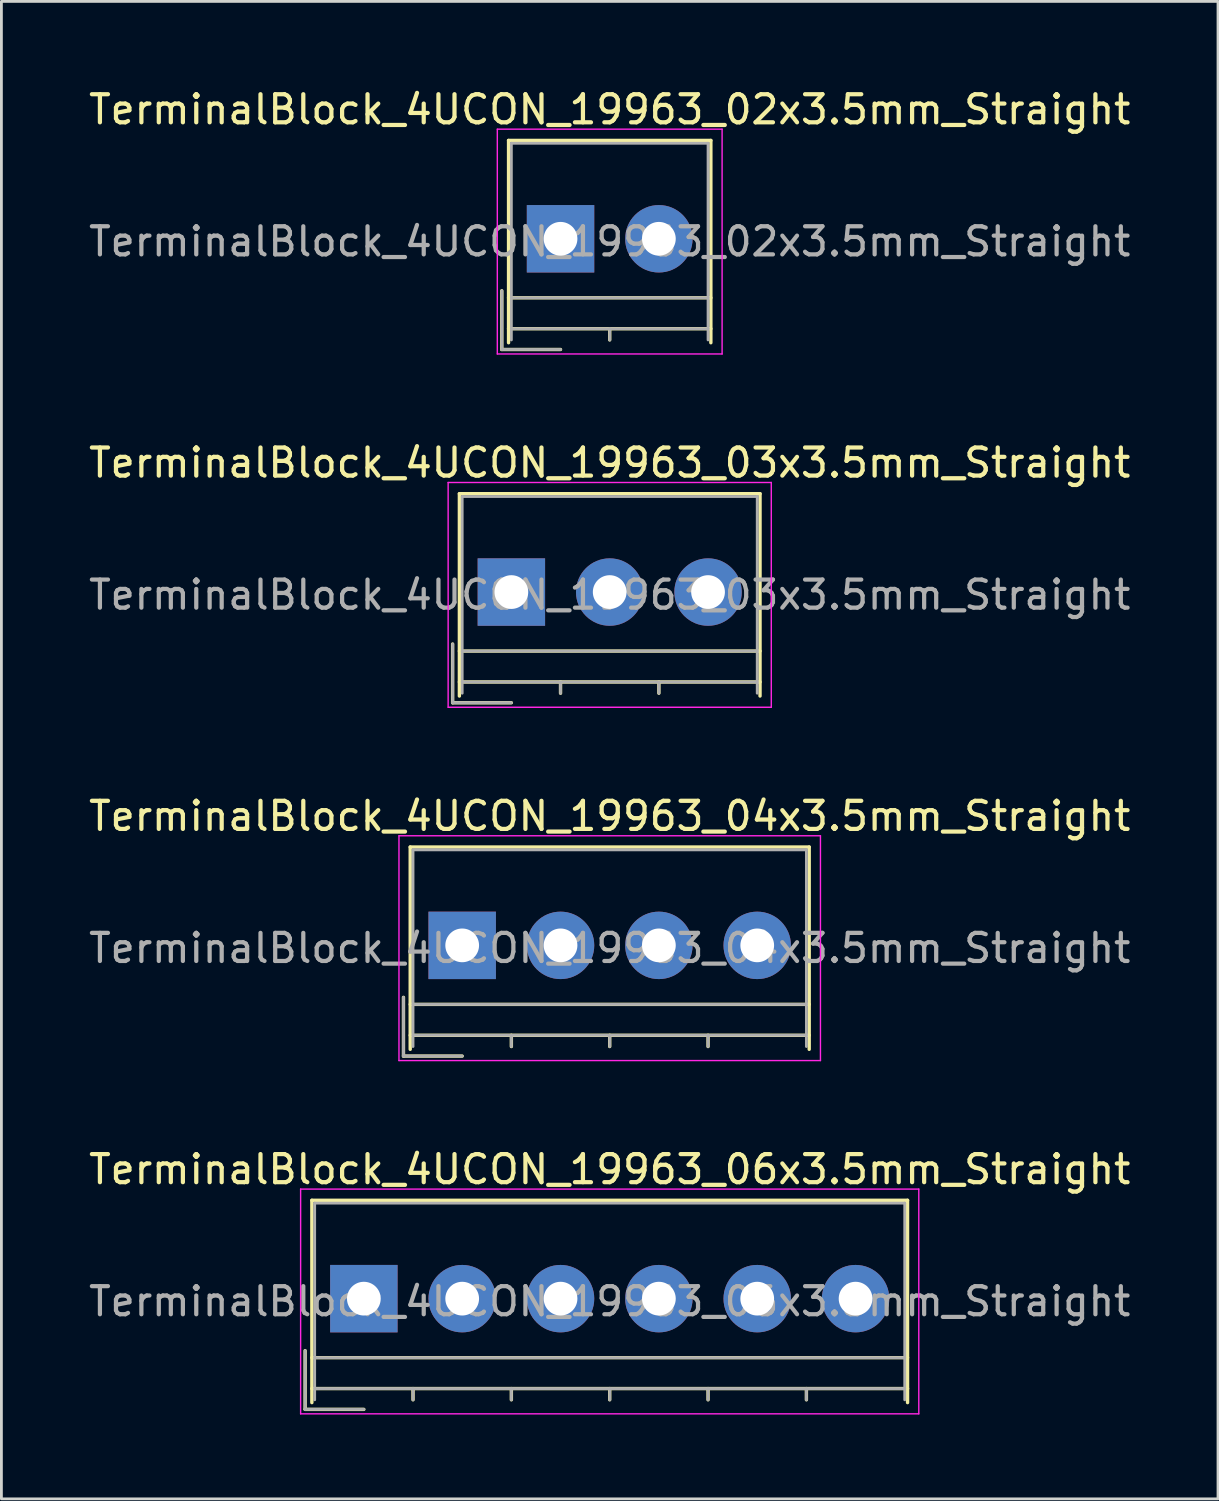
<source format=kicad_pcb>
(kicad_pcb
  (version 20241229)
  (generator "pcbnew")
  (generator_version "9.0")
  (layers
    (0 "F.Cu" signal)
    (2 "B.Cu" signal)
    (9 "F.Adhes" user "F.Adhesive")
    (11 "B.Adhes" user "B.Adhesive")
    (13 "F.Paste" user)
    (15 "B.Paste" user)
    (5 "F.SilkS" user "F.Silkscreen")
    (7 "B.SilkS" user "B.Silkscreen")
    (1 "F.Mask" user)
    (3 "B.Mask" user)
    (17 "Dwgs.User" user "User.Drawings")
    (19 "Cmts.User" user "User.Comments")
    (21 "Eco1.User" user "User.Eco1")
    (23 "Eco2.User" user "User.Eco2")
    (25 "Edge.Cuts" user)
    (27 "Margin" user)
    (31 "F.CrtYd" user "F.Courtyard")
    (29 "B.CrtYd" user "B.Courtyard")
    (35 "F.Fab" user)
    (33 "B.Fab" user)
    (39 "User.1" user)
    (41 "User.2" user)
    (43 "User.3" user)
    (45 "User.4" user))
  (footprint "TerminalBlock_4UCON_19963_03x3.5mm_Straight"
    (layer "F.Cu")
    (at 15.149 18.021)
    (property "Reference" "TerminalBlock_4UCON_19963_03x3.5mm_Straight" (at 3.5 -4.6 0) (layer "F.SilkS") (effects (font (size 1 1) (thickness 0.15))))
    (attr through_hole)
    (fp_line (start -2.09 1.85) (end -2.09 3.94) (stroke (width 0.12) (type solid)) (layer "F.SilkS"))
    (fp_line (start -2.09 3.94) (end 0 3.94) (stroke (width 0.12) (type solid)) (layer "F.SilkS"))
    (fp_line (start -1.85 -3.5) (end 8.85 -3.5) (stroke (width 0.12) (type solid)) (layer "F.SilkS"))
    (fp_line (start -1.85 2.1) (end 8.85 2.1) (stroke (width 0.12) (type solid)) (layer "F.SilkS"))
    (fp_line (start -1.85 3.2) (end 8.85 3.2) (stroke (width 0.12) (type solid)) (layer "F.SilkS"))
    (fp_line (start -1.85 3.7) (end -1.85 -3.5) (stroke (width 0.12) (type solid)) (layer "F.SilkS"))
    (fp_line (start 1.75 3.2) (end 1.75 3.6) (stroke (width 0.12) (type solid)) (layer "F.SilkS"))
    (fp_line (start 5.25 3.2) (end 5.25 3.6) (stroke (width 0.12) (type solid)) (layer "F.SilkS"))
    (fp_line (start 8.85 -3.5) (end 8.85 3.7) (stroke (width 0.12) (type solid)) (layer "F.SilkS"))
    (fp_line (start -2.25 -3.9) (end -2.25 4.1) (stroke (width 0.05) (type solid)) (layer "F.CrtYd"))
    (fp_line (start -2.25 4.1) (end 9.25 4.1) (stroke (width 0.05) (type solid)) (layer "F.CrtYd"))
    (fp_line (start 9.25 -3.9) (end -2.25 -3.9) (stroke (width 0.05) (type solid)) (layer "F.CrtYd"))
    (fp_line (start 9.25 4.1) (end 9.25 -3.9) (stroke (width 0.05) (type solid)) (layer "F.CrtYd"))
    (fp_line (start -2.09 1.85) (end -2.09 3.94) (stroke (width 0.1) (type solid)) (layer "F.Fab"))
    (fp_line (start -2.09 3.94) (end 0 3.94) (stroke (width 0.1) (type solid)) (layer "F.Fab"))
    (fp_line (start -1.75 -3.4) (end 8.75 -3.4) (stroke (width 0.1) (type solid)) (layer "F.Fab"))
    (fp_line (start -1.75 2.1) (end 8.75 2.1) (stroke (width 0.1) (type solid)) (layer "F.Fab"))
    (fp_line (start -1.75 3.2) (end 8.75 3.2) (stroke (width 0.1) (type solid)) (layer "F.Fab"))
    (fp_line (start -1.75 3.6) (end -1.75 -3.4) (stroke (width 0.1) (type solid)) (layer "F.Fab"))
    (fp_line (start 1.75 3.2) (end 1.75 3.6) (stroke (width 0.1) (type solid)) (layer "F.Fab"))
    (fp_line (start 5.25 3.2) (end 5.25 3.6) (stroke (width 0.1) (type solid)) (layer "F.Fab"))
    (fp_line (start 8.75 -3.4) (end 8.75 3.6) (stroke (width 0.1) (type solid)) (layer "F.Fab"))
    (fp_text user "${REFERENCE}" (at 3.5 0.1 0) (layer "F.Fab") (effects (font (size 1 1) (thickness 0.15))))
    (pad "1" thru_hole rect (at 0 0) (size 2.4 2.4) (drill 1.2) (layers "*.Cu" "*.Mask"))
    (pad "2" thru_hole circle (at 3.5 0) (size 2.4 2.4) (drill 1.2) (layers "*.Cu" "*.Mask"))
    (pad "3" thru_hole circle (at 7 0) (size 2.4 2.4) (drill 1.2) (layers "*.Cu" "*.Mask")))
  (footprint "TerminalBlock_4UCON_19963_02x3.5mm_Straight"
    (layer "F.Cu")
    (at 16.899 5.448)
    (property "Reference" "TerminalBlock_4UCON_19963_02x3.5mm_Straight" (at 1.75 -4.6 0) (layer "F.SilkS") (effects (font (size 1 1) (thickness 0.15))))
    (attr through_hole)
    (fp_line (start -2.09 1.85) (end -2.09 3.94) (stroke (width 0.12) (type solid)) (layer "F.SilkS"))
    (fp_line (start -2.09 3.94) (end 0 3.94) (stroke (width 0.12) (type solid)) (layer "F.SilkS"))
    (fp_line (start -1.85 -3.5) (end 5.35 -3.5) (stroke (width 0.12) (type solid)) (layer "F.SilkS"))
    (fp_line (start -1.85 2.1) (end 5.35 2.1) (stroke (width 0.12) (type solid)) (layer "F.SilkS"))
    (fp_line (start -1.85 3.2) (end 5.35 3.2) (stroke (width 0.12) (type solid)) (layer "F.SilkS"))
    (fp_line (start -1.85 3.7) (end -1.85 -3.5) (stroke (width 0.12) (type solid)) (layer "F.SilkS"))
    (fp_line (start 1.75 3.2) (end 1.75 3.6) (stroke (width 0.12) (type solid)) (layer "F.SilkS"))
    (fp_line (start 5.35 -3.5) (end 5.35 3.7) (stroke (width 0.12) (type solid)) (layer "F.SilkS"))
    (fp_line (start -2.25 -3.9) (end -2.25 4.1) (stroke (width 0.05) (type solid)) (layer "F.CrtYd"))
    (fp_line (start -2.25 4.1) (end 5.75 4.1) (stroke (width 0.05) (type solid)) (layer "F.CrtYd"))
    (fp_line (start 5.75 -3.9) (end -2.25 -3.9) (stroke (width 0.05) (type solid)) (layer "F.CrtYd"))
    (fp_line (start 5.75 4.1) (end 5.75 -3.9) (stroke (width 0.05) (type solid)) (layer "F.CrtYd"))
    (fp_line (start -2.09 1.85) (end -2.09 3.94) (stroke (width 0.1) (type solid)) (layer "F.Fab"))
    (fp_line (start -2.09 3.94) (end 0 3.94) (stroke (width 0.1) (type solid)) (layer "F.Fab"))
    (fp_line (start -1.75 -3.4) (end 5.25 -3.4) (stroke (width 0.1) (type solid)) (layer "F.Fab"))
    (fp_line (start -1.75 2.1) (end 5.25 2.1) (stroke (width 0.1) (type solid)) (layer "F.Fab"))
    (fp_line (start -1.75 3.2) (end 5.25 3.2) (stroke (width 0.1) (type solid)) (layer "F.Fab"))
    (fp_line (start -1.75 3.6) (end -1.75 -3.4) (stroke (width 0.1) (type solid)) (layer "F.Fab"))
    (fp_line (start 1.75 3.2) (end 1.75 3.6) (stroke (width 0.1) (type solid)) (layer "F.Fab"))
    (fp_line (start 5.25 -3.4) (end 5.25 3.6) (stroke (width 0.1) (type solid)) (layer "F.Fab"))
    (fp_text user "${REFERENCE}" (at 1.75 0.1 0) (layer "F.Fab") (effects (font (size 1 1) (thickness 0.15))))
    (pad "1" thru_hole rect (at 0 0) (size 2.4 2.4) (drill 1.2) (layers "*.Cu" "*.Mask"))
    (pad "2" thru_hole circle (at 3.5 0) (size 2.4 2.4) (drill 1.2) (layers "*.Cu" "*.Mask")))
  (footprint "TerminalBlock_4UCON_19963_06x3.5mm_Straight"
    (layer "F.Cu")
    (at 9.899 43.168)
    (property "Reference" "TerminalBlock_4UCON_19963_06x3.5mm_Straight" (at 8.75 -4.6 0) (layer "F.SilkS") (effects (font (size 1 1) (thickness 0.15))))
    (attr through_hole)
    (fp_line (start -2.09 1.85) (end -2.09 3.94) (stroke (width 0.12) (type solid)) (layer "F.SilkS"))
    (fp_line (start -2.09 3.94) (end 0 3.94) (stroke (width 0.12) (type solid)) (layer "F.SilkS"))
    (fp_line (start -1.85 -3.5) (end 19.35 -3.5) (stroke (width 0.12) (type solid)) (layer "F.SilkS"))
    (fp_line (start -1.85 2.1) (end 19.35 2.1) (stroke (width 0.12) (type solid)) (layer "F.SilkS"))
    (fp_line (start -1.85 3.2) (end 19.35 3.2) (stroke (width 0.12) (type solid)) (layer "F.SilkS"))
    (fp_line (start -1.85 3.7) (end -1.85 -3.5) (stroke (width 0.12) (type solid)) (layer "F.SilkS"))
    (fp_line (start 1.75 3.2) (end 1.75 3.6) (stroke (width 0.12) (type solid)) (layer "F.SilkS"))
    (fp_line (start 5.25 3.2) (end 5.25 3.6) (stroke (width 0.12) (type solid)) (layer "F.SilkS"))
    (fp_line (start 8.75 3.2) (end 8.75 3.6) (stroke (width 0.12) (type solid)) (layer "F.SilkS"))
    (fp_line (start 12.25 3.2) (end 12.25 3.6) (stroke (width 0.12) (type solid)) (layer "F.SilkS"))
    (fp_line (start 15.75 3.2) (end 15.75 3.6) (stroke (width 0.12) (type solid)) (layer "F.SilkS"))
    (fp_line (start 19.35 -3.5) (end 19.35 3.7) (stroke (width 0.12) (type solid)) (layer "F.SilkS"))
    (fp_line (start -2.25 -3.9) (end -2.25 4.1) (stroke (width 0.05) (type solid)) (layer "F.CrtYd"))
    (fp_line (start -2.25 4.1) (end 19.75 4.1) (stroke (width 0.05) (type solid)) (layer "F.CrtYd"))
    (fp_line (start 19.75 -3.9) (end -2.25 -3.9) (stroke (width 0.05) (type solid)) (layer "F.CrtYd"))
    (fp_line (start 19.75 4.1) (end 19.75 -3.9) (stroke (width 0.05) (type solid)) (layer "F.CrtYd"))
    (fp_line (start -2.09 1.85) (end -2.09 3.94) (stroke (width 0.1) (type solid)) (layer "F.Fab"))
    (fp_line (start -2.09 3.94) (end 0 3.94) (stroke (width 0.1) (type solid)) (layer "F.Fab"))
    (fp_line (start -1.75 -3.4) (end 19.25 -3.4) (stroke (width 0.1) (type solid)) (layer "F.Fab"))
    (fp_line (start -1.75 2.1) (end 19.25 2.1) (stroke (width 0.1) (type solid)) (layer "F.Fab"))
    (fp_line (start -1.75 3.2) (end 19.25 3.2) (stroke (width 0.1) (type solid)) (layer "F.Fab"))
    (fp_line (start -1.75 3.6) (end -1.75 -3.4) (stroke (width 0.1) (type solid)) (layer "F.Fab"))
    (fp_line (start 1.75 3.2) (end 1.75 3.6) (stroke (width 0.1) (type solid)) (layer "F.Fab"))
    (fp_line (start 5.25 3.2) (end 5.25 3.6) (stroke (width 0.1) (type solid)) (layer "F.Fab"))
    (fp_line (start 8.75 3.2) (end 8.75 3.6) (stroke (width 0.1) (type solid)) (layer "F.Fab"))
    (fp_line (start 12.25 3.2) (end 12.25 3.6) (stroke (width 0.1) (type solid)) (layer "F.Fab"))
    (fp_line (start 15.75 3.2) (end 15.75 3.6) (stroke (width 0.1) (type solid)) (layer "F.Fab"))
    (fp_line (start 19.25 -3.4) (end 19.25 3.6) (stroke (width 0.1) (type solid)) (layer "F.Fab"))
    (fp_text user "${REFERENCE}" (at 8.75 0.1 0) (layer "F.Fab") (effects (font (size 1 1) (thickness 0.15))))
    (pad "1" thru_hole rect (at 0 0) (size 2.4 2.4) (drill 1.2) (layers "*.Cu" "*.Mask"))
    (pad "2" thru_hole circle (at 3.5 0) (size 2.4 2.4) (drill 1.2) (layers "*.Cu" "*.Mask"))
    (pad "3" thru_hole circle (at 7 0) (size 2.4 2.4) (drill 1.2) (layers "*.Cu" "*.Mask"))
    (pad "4" thru_hole circle (at 10.5 0) (size 2.4 2.4) (drill 1.2) (layers "*.Cu" "*.Mask"))
    (pad "5" thru_hole circle (at 14 0) (size 2.4 2.4) (drill 1.2) (layers "*.Cu" "*.Mask"))
    (pad "6" thru_hole circle (at 17.5 0) (size 2.4 2.4) (drill 1.2) (layers "*.Cu" "*.Mask")))
  (footprint "TerminalBlock_4UCON_19963_04x3.5mm_Straight"
    (layer "F.Cu")
    (at 13.399 30.595)
    (property "Reference" "TerminalBlock_4UCON_19963_04x3.5mm_Straight" (at 5.25 -4.6 0) (layer "F.SilkS") (effects (font (size 1 1) (thickness 0.15))))
    (attr through_hole)
    (fp_line (start -2.09 1.85) (end -2.09 3.94) (stroke (width 0.12) (type solid)) (layer "F.SilkS"))
    (fp_line (start -2.09 3.94) (end 0 3.94) (stroke (width 0.12) (type solid)) (layer "F.SilkS"))
    (fp_line (start -1.85 -3.5) (end 12.35 -3.5) (stroke (width 0.12) (type solid)) (layer "F.SilkS"))
    (fp_line (start -1.85 2.1) (end 12.35 2.1) (stroke (width 0.12) (type solid)) (layer "F.SilkS"))
    (fp_line (start -1.85 3.2) (end 12.35 3.2) (stroke (width 0.12) (type solid)) (layer "F.SilkS"))
    (fp_line (start -1.85 3.7) (end -1.85 -3.5) (stroke (width 0.12) (type solid)) (layer "F.SilkS"))
    (fp_line (start 1.75 3.2) (end 1.75 3.6) (stroke (width 0.12) (type solid)) (layer "F.SilkS"))
    (fp_line (start 5.25 3.2) (end 5.25 3.6) (stroke (width 0.12) (type solid)) (layer "F.SilkS"))
    (fp_line (start 8.75 3.2) (end 8.75 3.6) (stroke (width 0.12) (type solid)) (layer "F.SilkS"))
    (fp_line (start 12.35 -3.5) (end 12.35 3.7) (stroke (width 0.12) (type solid)) (layer "F.SilkS"))
    (fp_line (start -2.25 -3.9) (end -2.25 4.1) (stroke (width 0.05) (type solid)) (layer "F.CrtYd"))
    (fp_line (start -2.25 4.1) (end 12.75 4.1) (stroke (width 0.05) (type solid)) (layer "F.CrtYd"))
    (fp_line (start 12.75 -3.9) (end -2.25 -3.9) (stroke (width 0.05) (type solid)) (layer "F.CrtYd"))
    (fp_line (start 12.75 4.1) (end 12.75 -3.9) (stroke (width 0.05) (type solid)) (layer "F.CrtYd"))
    (fp_line (start -2.09 1.85) (end -2.09 3.94) (stroke (width 0.1) (type solid)) (layer "F.Fab"))
    (fp_line (start -2.09 3.94) (end 0 3.94) (stroke (width 0.1) (type solid)) (layer "F.Fab"))
    (fp_line (start -1.75 -3.4) (end 12.25 -3.4) (stroke (width 0.1) (type solid)) (layer "F.Fab"))
    (fp_line (start -1.75 2.1) (end 12.25 2.1) (stroke (width 0.1) (type solid)) (layer "F.Fab"))
    (fp_line (start -1.75 3.2) (end 12.25 3.2) (stroke (width 0.1) (type solid)) (layer "F.Fab"))
    (fp_line (start -1.75 3.6) (end -1.75 -3.4) (stroke (width 0.1) (type solid)) (layer "F.Fab"))
    (fp_line (start 1.75 3.2) (end 1.75 3.6) (stroke (width 0.1) (type solid)) (layer "F.Fab"))
    (fp_line (start 5.25 3.2) (end 5.25 3.6) (stroke (width 0.1) (type solid)) (layer "F.Fab"))
    (fp_line (start 8.75 3.2) (end 8.75 3.6) (stroke (width 0.1) (type solid)) (layer "F.Fab"))
    (fp_line (start 12.25 -3.4) (end 12.25 3.6) (stroke (width 0.1) (type solid)) (layer "F.Fab"))
    (fp_text user "${REFERENCE}" (at 5.25 0.1 0) (layer "F.Fab") (effects (font (size 1 1) (thickness 0.15))))
    (pad "1" thru_hole rect (at 0 0) (size 2.4 2.4) (drill 1.2) (layers "*.Cu" "*.Mask"))
    (pad "2" thru_hole circle (at 3.5 0) (size 2.4 2.4) (drill 1.2) (layers "*.Cu" "*.Mask"))
    (pad "3" thru_hole circle (at 7 0) (size 2.4 2.4) (drill 1.2) (layers "*.Cu" "*.Mask"))
    (pad "4" thru_hole circle (at 10.5 0) (size 2.4 2.4) (drill 1.2) (layers "*.Cu" "*.Mask")))
  (gr_rect
    (start -3 -3)
    (end 40.298 50.293)
    (stroke (width 0.1) (type default))
    (fill no)
    (layer "Edge.Cuts")))
</source>
